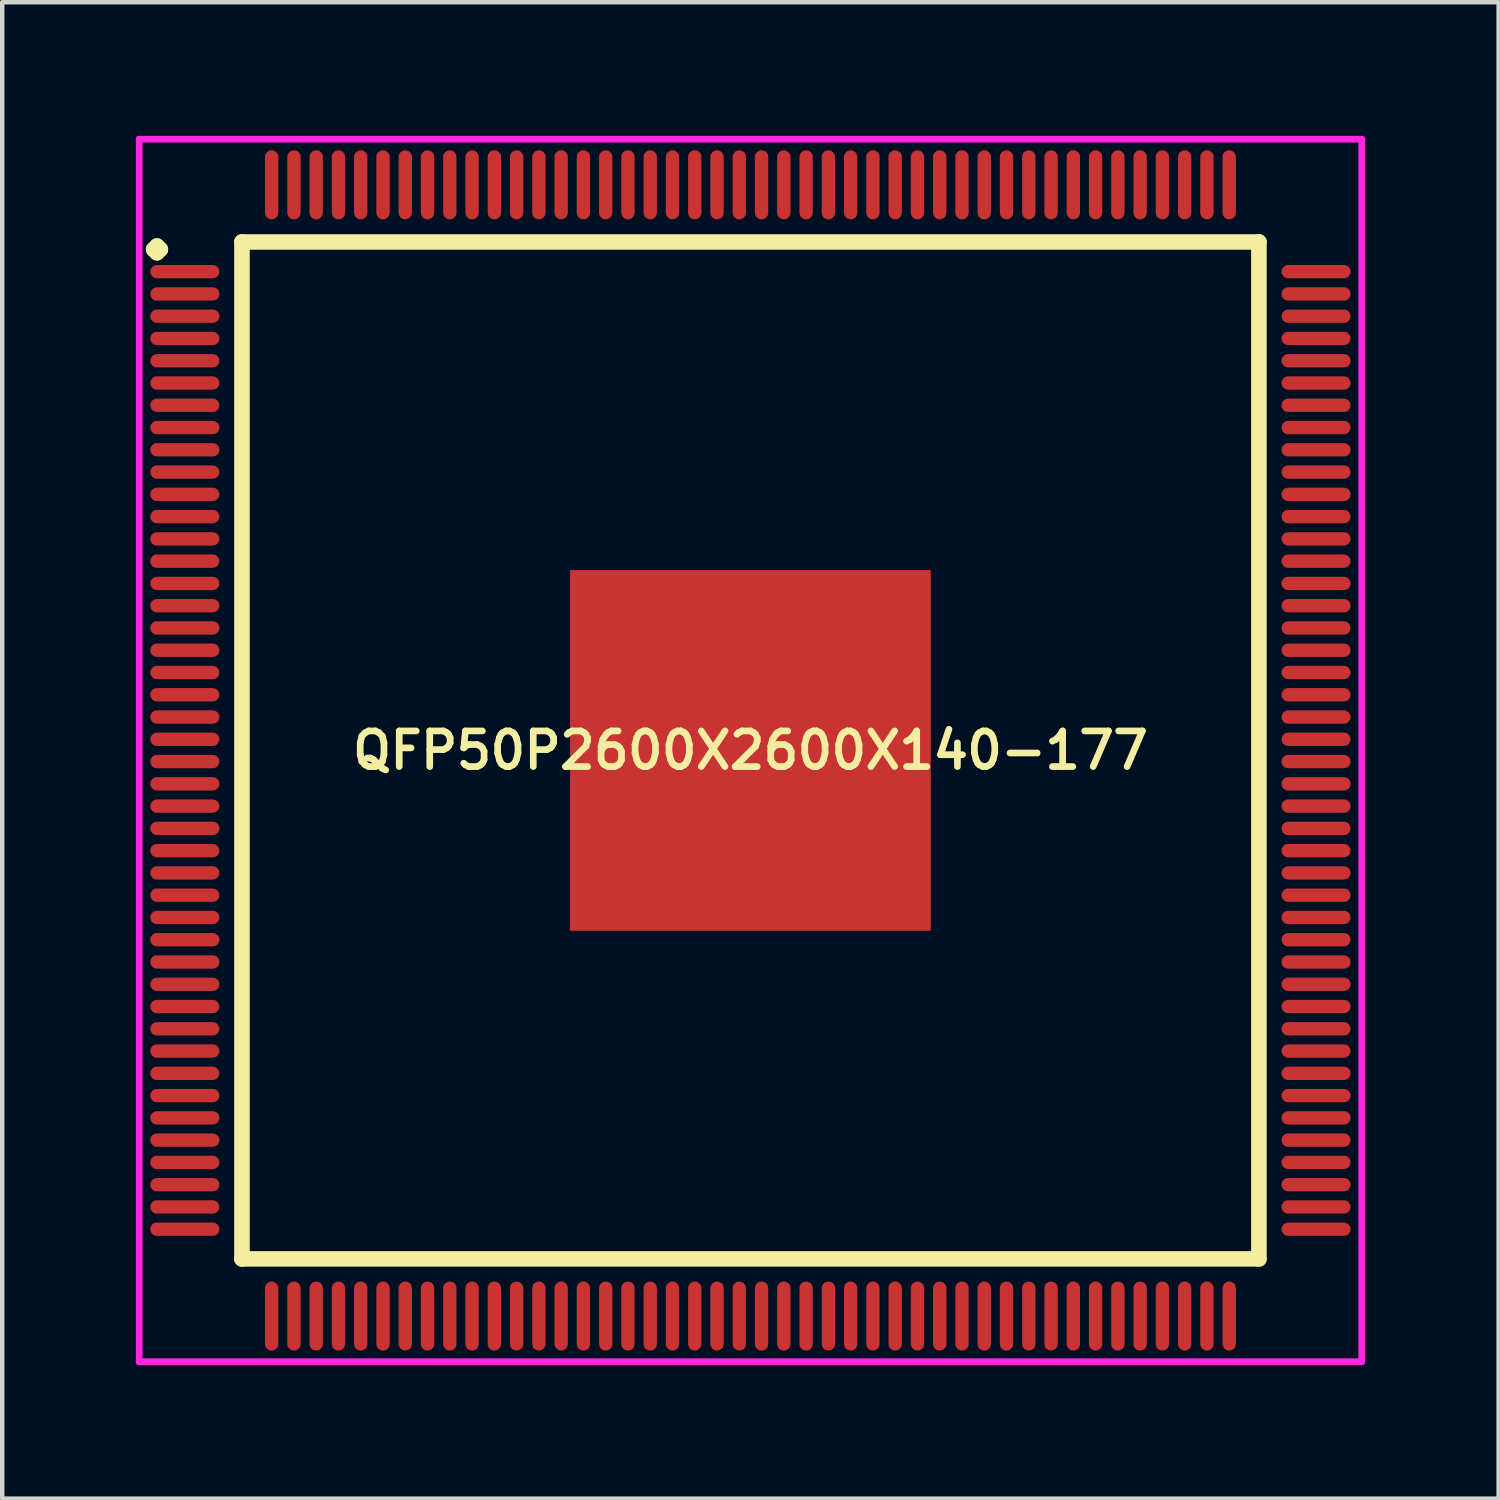
<source format=kicad_pcb>
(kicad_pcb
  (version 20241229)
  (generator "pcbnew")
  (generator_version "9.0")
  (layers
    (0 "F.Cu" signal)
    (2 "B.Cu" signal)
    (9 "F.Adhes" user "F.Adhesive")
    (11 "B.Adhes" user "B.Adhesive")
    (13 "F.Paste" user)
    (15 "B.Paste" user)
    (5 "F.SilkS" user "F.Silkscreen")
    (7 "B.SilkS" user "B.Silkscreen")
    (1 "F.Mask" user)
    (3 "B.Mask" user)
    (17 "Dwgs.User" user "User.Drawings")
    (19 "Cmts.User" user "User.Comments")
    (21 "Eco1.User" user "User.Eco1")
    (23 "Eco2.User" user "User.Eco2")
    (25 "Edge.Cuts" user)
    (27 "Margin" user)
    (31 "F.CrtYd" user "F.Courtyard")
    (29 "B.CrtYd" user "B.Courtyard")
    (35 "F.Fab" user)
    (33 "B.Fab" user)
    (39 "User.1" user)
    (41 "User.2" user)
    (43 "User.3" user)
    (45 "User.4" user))
  (footprint "QFP50P2600X2600X140-177"
    (layer "F.Cu")
    (at 13.8 13.8)
    (property "Reference" "QFP50P2600X2600X140-177" (at 0 0 0) (layer "F.SilkS") (effects (font (size 0.8 0.8) (thickness 0.15))))
    (attr smd)
    (fp_line (start -13.4 -11.25) (end -13.325 -11.325) (stroke (width 0.35) (type solid)) (layer "F.SilkS"))
    (fp_line (start -13.325 -11.325) (end -13.25 -11.25) (stroke (width 0.35) (type solid)) (layer "F.SilkS"))
    (fp_line (start -13.325 -11.175) (end -13.4 -11.25) (stroke (width 0.35) (type solid)) (layer "F.SilkS"))
    (fp_line (start -13.25 -11.25) (end -13.325 -11.175) (stroke (width 0.35) (type solid)) (layer "F.SilkS"))
    (fp_line (start -11.417 -11.417) (end -11.417 11.417) (stroke (width 0.35) (type solid)) (layer "F.SilkS"))
    (fp_line (start -11.417 11.417) (end 11.417 11.417) (stroke (width 0.35) (type solid)) (layer "F.SilkS"))
    (fp_line (start 11.417 -11.417) (end -11.417 -11.417) (stroke (width 0.35) (type solid)) (layer "F.SilkS"))
    (fp_line (start 11.417 11.417) (end 11.417 -11.417) (stroke (width 0.35) (type solid)) (layer "F.SilkS"))
    (fp_line (start -13.725 -13.725) (end 13.725 -13.725) (stroke (width 0.15) (type solid)) (layer "F.CrtYd"))
    (fp_line (start -13.725 13.725) (end -13.725 -13.725) (stroke (width 0.15) (type solid)) (layer "F.CrtYd"))
    (fp_line (start 13.725 -13.725) (end 13.725 13.725) (stroke (width 0.15) (type solid)) (layer "F.CrtYd"))
    (fp_line (start 13.725 13.725) (end -13.725 13.725) (stroke (width 0.15) (type solid)) (layer "F.CrtYd"))
    (pad "1" smd oval (at -12.7 -10.75) (size 1.55 0.3) (layers "F.Cu" "F.Mask" "F.Paste"))
    (pad "2" smd oval (at -12.7 -10.25) (size 1.55 0.3) (layers "F.Cu" "F.Mask" "F.Paste"))
    (pad "3" smd oval (at -12.7 -9.75) (size 1.55 0.3) (layers "F.Cu" "F.Mask" "F.Paste"))
    (pad "4" smd oval (at -12.7 -9.25) (size 1.55 0.3) (layers "F.Cu" "F.Mask" "F.Paste"))
    (pad "5" smd oval (at -12.7 -8.75) (size 1.55 0.3) (layers "F.Cu" "F.Mask" "F.Paste"))
    (pad "6" smd oval (at -12.7 -8.25) (size 1.55 0.3) (layers "F.Cu" "F.Mask" "F.Paste"))
    (pad "7" smd oval (at -12.7 -7.75) (size 1.55 0.3) (layers "F.Cu" "F.Mask" "F.Paste"))
    (pad "8" smd oval (at -12.7 -7.25) (size 1.55 0.3) (layers "F.Cu" "F.Mask" "F.Paste"))
    (pad "9" smd oval (at -12.7 -6.75) (size 1.55 0.3) (layers "F.Cu" "F.Mask" "F.Paste"))
    (pad "10" smd oval (at -12.7 -6.25) (size 1.55 0.3) (layers "F.Cu" "F.Mask" "F.Paste"))
    (pad "11" smd oval (at -12.7 -5.75) (size 1.55 0.3) (layers "F.Cu" "F.Mask" "F.Paste"))
    (pad "12" smd oval (at -12.7 -5.25) (size 1.55 0.3) (layers "F.Cu" "F.Mask" "F.Paste"))
    (pad "13" smd oval (at -12.7 -4.75) (size 1.55 0.3) (layers "F.Cu" "F.Mask" "F.Paste"))
    (pad "14" smd oval (at -12.7 -4.25) (size 1.55 0.3) (layers "F.Cu" "F.Mask" "F.Paste"))
    (pad "15" smd oval (at -12.7 -3.75) (size 1.55 0.3) (layers "F.Cu" "F.Mask" "F.Paste"))
    (pad "16" smd oval (at -12.7 -3.25) (size 1.55 0.3) (layers "F.Cu" "F.Mask" "F.Paste"))
    (pad "17" smd oval (at -12.7 -2.75) (size 1.55 0.3) (layers "F.Cu" "F.Mask" "F.Paste"))
    (pad "18" smd oval (at -12.7 -2.25) (size 1.55 0.3) (layers "F.Cu" "F.Mask" "F.Paste"))
    (pad "19" smd oval (at -12.7 -1.75) (size 1.55 0.3) (layers "F.Cu" "F.Mask" "F.Paste"))
    (pad "20" smd oval (at -12.7 -1.25) (size 1.55 0.3) (layers "F.Cu" "F.Mask" "F.Paste"))
    (pad "21" smd oval (at -12.7 -0.75) (size 1.55 0.3) (layers "F.Cu" "F.Mask" "F.Paste"))
    (pad "22" smd oval (at -12.7 -0.25) (size 1.55 0.3) (layers "F.Cu" "F.Mask" "F.Paste"))
    (pad "23" smd oval (at -12.7 0.25) (size 1.55 0.3) (layers "F.Cu" "F.Mask" "F.Paste"))
    (pad "24" smd oval (at -12.7 0.75) (size 1.55 0.3) (layers "F.Cu" "F.Mask" "F.Paste"))
    (pad "25" smd oval (at -12.7 1.25) (size 1.55 0.3) (layers "F.Cu" "F.Mask" "F.Paste"))
    (pad "26" smd oval (at -12.7 1.75) (size 1.55 0.3) (layers "F.Cu" "F.Mask" "F.Paste"))
    (pad "27" smd oval (at -12.7 2.25) (size 1.55 0.3) (layers "F.Cu" "F.Mask" "F.Paste"))
    (pad "28" smd oval (at -12.7 2.75) (size 1.55 0.3) (layers "F.Cu" "F.Mask" "F.Paste"))
    (pad "29" smd oval (at -12.7 3.25) (size 1.55 0.3) (layers "F.Cu" "F.Mask" "F.Paste"))
    (pad "30" smd oval (at -12.7 3.75) (size 1.55 0.3) (layers "F.Cu" "F.Mask" "F.Paste"))
    (pad "31" smd oval (at -12.7 4.25) (size 1.55 0.3) (layers "F.Cu" "F.Mask" "F.Paste"))
    (pad "32" smd oval (at -12.7 4.75) (size 1.55 0.3) (layers "F.Cu" "F.Mask" "F.Paste"))
    (pad "33" smd oval (at -12.7 5.25) (size 1.55 0.3) (layers "F.Cu" "F.Mask" "F.Paste"))
    (pad "34" smd oval (at -12.7 5.75) (size 1.55 0.3) (layers "F.Cu" "F.Mask" "F.Paste"))
    (pad "35" smd oval (at -12.7 6.25) (size 1.55 0.3) (layers "F.Cu" "F.Mask" "F.Paste"))
    (pad "36" smd oval (at -12.7 6.75) (size 1.55 0.3) (layers "F.Cu" "F.Mask" "F.Paste"))
    (pad "37" smd oval (at -12.7 7.25) (size 1.55 0.3) (layers "F.Cu" "F.Mask" "F.Paste"))
    (pad "38" smd oval (at -12.7 7.75) (size 1.55 0.3) (layers "F.Cu" "F.Mask" "F.Paste"))
    (pad "39" smd oval (at -12.7 8.25) (size 1.55 0.3) (layers "F.Cu" "F.Mask" "F.Paste"))
    (pad "40" smd oval (at -12.7 8.75) (size 1.55 0.3) (layers "F.Cu" "F.Mask" "F.Paste"))
    (pad "41" smd oval (at -12.7 9.25) (size 1.55 0.3) (layers "F.Cu" "F.Mask" "F.Paste"))
    (pad "42" smd oval (at -12.7 9.75) (size 1.55 0.3) (layers "F.Cu" "F.Mask" "F.Paste"))
    (pad "43" smd oval (at -12.7 10.25) (size 1.55 0.3) (layers "F.Cu" "F.Mask" "F.Paste"))
    (pad "44" smd oval (at -12.7 10.75) (size 1.55 0.3) (layers "F.Cu" "F.Mask" "F.Paste"))
    (pad "45" smd oval (at -10.75 12.7) (size 0.3 1.55) (layers "F.Cu" "F.Mask" "F.Paste"))
    (pad "46" smd oval (at -10.25 12.7) (size 0.3 1.55) (layers "F.Cu" "F.Mask" "F.Paste"))
    (pad "47" smd oval (at -9.75 12.7) (size 0.3 1.55) (layers "F.Cu" "F.Mask" "F.Paste"))
    (pad "48" smd oval (at -9.25 12.7) (size 0.3 1.55) (layers "F.Cu" "F.Mask" "F.Paste"))
    (pad "49" smd oval (at -8.75 12.7) (size 0.3 1.55) (layers "F.Cu" "F.Mask" "F.Paste"))
    (pad "50" smd oval (at -8.25 12.7) (size 0.3 1.55) (layers "F.Cu" "F.Mask" "F.Paste"))
    (pad "51" smd oval (at -7.75 12.7) (size 0.3 1.55) (layers "F.Cu" "F.Mask" "F.Paste"))
    (pad "52" smd oval (at -7.25 12.7) (size 0.3 1.55) (layers "F.Cu" "F.Mask" "F.Paste"))
    (pad "53" smd oval (at -6.75 12.7) (size 0.3 1.55) (layers "F.Cu" "F.Mask" "F.Paste"))
    (pad "54" smd oval (at -6.25 12.7) (size 0.3 1.55) (layers "F.Cu" "F.Mask" "F.Paste"))
    (pad "55" smd oval (at -5.75 12.7) (size 0.3 1.55) (layers "F.Cu" "F.Mask" "F.Paste"))
    (pad "56" smd oval (at -5.25 12.7) (size 0.3 1.55) (layers "F.Cu" "F.Mask" "F.Paste"))
    (pad "57" smd oval (at -4.75 12.7) (size 0.3 1.55) (layers "F.Cu" "F.Mask" "F.Paste"))
    (pad "58" smd oval (at -4.25 12.7) (size 0.3 1.55) (layers "F.Cu" "F.Mask" "F.Paste"))
    (pad "59" smd oval (at -3.75 12.7) (size 0.3 1.55) (layers "F.Cu" "F.Mask" "F.Paste"))
    (pad "60" smd oval (at -3.25 12.7) (size 0.3 1.55) (layers "F.Cu" "F.Mask" "F.Paste"))
    (pad "61" smd oval (at -2.75 12.7) (size 0.3 1.55) (layers "F.Cu" "F.Mask" "F.Paste"))
    (pad "62" smd oval (at -2.25 12.7) (size 0.3 1.55) (layers "F.Cu" "F.Mask" "F.Paste"))
    (pad "63" smd oval (at -1.75 12.7) (size 0.3 1.55) (layers "F.Cu" "F.Mask" "F.Paste"))
    (pad "64" smd oval (at -1.25 12.7) (size 0.3 1.55) (layers "F.Cu" "F.Mask" "F.Paste"))
    (pad "65" smd oval (at -0.75 12.7) (size 0.3 1.55) (layers "F.Cu" "F.Mask" "F.Paste"))
    (pad "66" smd oval (at -0.25 12.7) (size 0.3 1.55) (layers "F.Cu" "F.Mask" "F.Paste"))
    (pad "67" smd oval (at 0.25 12.7) (size 0.3 1.55) (layers "F.Cu" "F.Mask" "F.Paste"))
    (pad "68" smd oval (at 0.75 12.7) (size 0.3 1.55) (layers "F.Cu" "F.Mask" "F.Paste"))
    (pad "69" smd oval (at 1.25 12.7) (size 0.3 1.55) (layers "F.Cu" "F.Mask" "F.Paste"))
    (pad "70" smd oval (at 1.75 12.7) (size 0.3 1.55) (layers "F.Cu" "F.Mask" "F.Paste"))
    (pad "71" smd oval (at 2.25 12.7) (size 0.3 1.55) (layers "F.Cu" "F.Mask" "F.Paste"))
    (pad "72" smd oval (at 2.75 12.7) (size 0.3 1.55) (layers "F.Cu" "F.Mask" "F.Paste"))
    (pad "73" smd oval (at 3.25 12.7) (size 0.3 1.55) (layers "F.Cu" "F.Mask" "F.Paste"))
    (pad "74" smd oval (at 3.75 12.7) (size 0.3 1.55) (layers "F.Cu" "F.Mask" "F.Paste"))
    (pad "75" smd oval (at 4.25 12.7) (size 0.3 1.55) (layers "F.Cu" "F.Mask" "F.Paste"))
    (pad "76" smd oval (at 4.75 12.7) (size 0.3 1.55) (layers "F.Cu" "F.Mask" "F.Paste"))
    (pad "77" smd oval (at 5.25 12.7) (size 0.3 1.55) (layers "F.Cu" "F.Mask" "F.Paste"))
    (pad "78" smd oval (at 5.75 12.7) (size 0.3 1.55) (layers "F.Cu" "F.Mask" "F.Paste"))
    (pad "79" smd oval (at 6.25 12.7) (size 0.3 1.55) (layers "F.Cu" "F.Mask" "F.Paste"))
    (pad "80" smd oval (at 6.75 12.7) (size 0.3 1.55) (layers "F.Cu" "F.Mask" "F.Paste"))
    (pad "81" smd oval (at 7.25 12.7) (size 0.3 1.55) (layers "F.Cu" "F.Mask" "F.Paste"))
    (pad "82" smd oval (at 7.75 12.7) (size 0.3 1.55) (layers "F.Cu" "F.Mask" "F.Paste"))
    (pad "83" smd oval (at 8.25 12.7) (size 0.3 1.55) (layers "F.Cu" "F.Mask" "F.Paste"))
    (pad "84" smd oval (at 8.75 12.7) (size 0.3 1.55) (layers "F.Cu" "F.Mask" "F.Paste"))
    (pad "85" smd oval (at 9.25 12.7) (size 0.3 1.55) (layers "F.Cu" "F.Mask" "F.Paste"))
    (pad "86" smd oval (at 9.75 12.7) (size 0.3 1.55) (layers "F.Cu" "F.Mask" "F.Paste"))
    (pad "87" smd oval (at 10.25 12.7) (size 0.3 1.55) (layers "F.Cu" "F.Mask" "F.Paste"))
    (pad "88" smd oval (at 10.75 12.7) (size 0.3 1.55) (layers "F.Cu" "F.Mask" "F.Paste"))
    (pad "89" smd oval (at 12.7 10.75) (size 1.55 0.3) (layers "F.Cu" "F.Mask" "F.Paste"))
    (pad "90" smd oval (at 12.7 10.25) (size 1.55 0.3) (layers "F.Cu" "F.Mask" "F.Paste"))
    (pad "91" smd oval (at 12.7 9.75) (size 1.55 0.3) (layers "F.Cu" "F.Mask" "F.Paste"))
    (pad "92" smd oval (at 12.7 9.25) (size 1.55 0.3) (layers "F.Cu" "F.Mask" "F.Paste"))
    (pad "93" smd oval (at 12.7 8.75) (size 1.55 0.3) (layers "F.Cu" "F.Mask" "F.Paste"))
    (pad "94" smd oval (at 12.7 8.25) (size 1.55 0.3) (layers "F.Cu" "F.Mask" "F.Paste"))
    (pad "95" smd oval (at 12.7 7.75) (size 1.55 0.3) (layers "F.Cu" "F.Mask" "F.Paste"))
    (pad "96" smd oval (at 12.7 7.25) (size 1.55 0.3) (layers "F.Cu" "F.Mask" "F.Paste"))
    (pad "97" smd oval (at 12.7 6.75) (size 1.55 0.3) (layers "F.Cu" "F.Mask" "F.Paste"))
    (pad "98" smd oval (at 12.7 6.25) (size 1.55 0.3) (layers "F.Cu" "F.Mask" "F.Paste"))
    (pad "99" smd oval (at 12.7 5.75) (size 1.55 0.3) (layers "F.Cu" "F.Mask" "F.Paste"))
    (pad "100" smd oval (at 12.7 5.25) (size 1.55 0.3) (layers "F.Cu" "F.Mask" "F.Paste"))
    (pad "101" smd oval (at 12.7 4.75) (size 1.55 0.3) (layers "F.Cu" "F.Mask" "F.Paste"))
    (pad "102" smd oval (at 12.7 4.25) (size 1.55 0.3) (layers "F.Cu" "F.Mask" "F.Paste"))
    (pad "103" smd oval (at 12.7 3.75) (size 1.55 0.3) (layers "F.Cu" "F.Mask" "F.Paste"))
    (pad "104" smd oval (at 12.7 3.25) (size 1.55 0.3) (layers "F.Cu" "F.Mask" "F.Paste"))
    (pad "105" smd oval (at 12.7 2.75) (size 1.55 0.3) (layers "F.Cu" "F.Mask" "F.Paste"))
    (pad "106" smd oval (at 12.7 2.25) (size 1.55 0.3) (layers "F.Cu" "F.Mask" "F.Paste"))
    (pad "107" smd oval (at 12.7 1.75) (size 1.55 0.3) (layers "F.Cu" "F.Mask" "F.Paste"))
    (pad "108" smd oval (at 12.7 1.25) (size 1.55 0.3) (layers "F.Cu" "F.Mask" "F.Paste"))
    (pad "109" smd oval (at 12.7 0.75) (size 1.55 0.3) (layers "F.Cu" "F.Mask" "F.Paste"))
    (pad "110" smd oval (at 12.7 0.25) (size 1.55 0.3) (layers "F.Cu" "F.Mask" "F.Paste"))
    (pad "111" smd oval (at 12.7 -0.25) (size 1.55 0.3) (layers "F.Cu" "F.Mask" "F.Paste"))
    (pad "112" smd oval (at 12.7 -0.75) (size 1.55 0.3) (layers "F.Cu" "F.Mask" "F.Paste"))
    (pad "113" smd oval (at 12.7 -1.25) (size 1.55 0.3) (layers "F.Cu" "F.Mask" "F.Paste"))
    (pad "114" smd oval (at 12.7 -1.75) (size 1.55 0.3) (layers "F.Cu" "F.Mask" "F.Paste"))
    (pad "115" smd oval (at 12.7 -2.25) (size 1.55 0.3) (layers "F.Cu" "F.Mask" "F.Paste"))
    (pad "116" smd oval (at 12.7 -2.75) (size 1.55 0.3) (layers "F.Cu" "F.Mask" "F.Paste"))
    (pad "117" smd oval (at 12.7 -3.25) (size 1.55 0.3) (layers "F.Cu" "F.Mask" "F.Paste"))
    (pad "118" smd oval (at 12.7 -3.75) (size 1.55 0.3) (layers "F.Cu" "F.Mask" "F.Paste"))
    (pad "119" smd oval (at 12.7 -4.25) (size 1.55 0.3) (layers "F.Cu" "F.Mask" "F.Paste"))
    (pad "120" smd oval (at 12.7 -4.75) (size 1.55 0.3) (layers "F.Cu" "F.Mask" "F.Paste"))
    (pad "121" smd oval (at 12.7 -5.25) (size 1.55 0.3) (layers "F.Cu" "F.Mask" "F.Paste"))
    (pad "122" smd oval (at 12.7 -5.75) (size 1.55 0.3) (layers "F.Cu" "F.Mask" "F.Paste"))
    (pad "123" smd oval (at 12.7 -6.25) (size 1.55 0.3) (layers "F.Cu" "F.Mask" "F.Paste"))
    (pad "124" smd oval (at 12.7 -6.75) (size 1.55 0.3) (layers "F.Cu" "F.Mask" "F.Paste"))
    (pad "125" smd oval (at 12.7 -7.25) (size 1.55 0.3) (layers "F.Cu" "F.Mask" "F.Paste"))
    (pad "126" smd oval (at 12.7 -7.75) (size 1.55 0.3) (layers "F.Cu" "F.Mask" "F.Paste"))
    (pad "127" smd oval (at 12.7 -8.25) (size 1.55 0.3) (layers "F.Cu" "F.Mask" "F.Paste"))
    (pad "128" smd oval (at 12.7 -8.75) (size 1.55 0.3) (layers "F.Cu" "F.Mask" "F.Paste"))
    (pad "129" smd oval (at 12.7 -9.25) (size 1.55 0.3) (layers "F.Cu" "F.Mask" "F.Paste"))
    (pad "130" smd oval (at 12.7 -9.75) (size 1.55 0.3) (layers "F.Cu" "F.Mask" "F.Paste"))
    (pad "131" smd oval (at 12.7 -10.25) (size 1.55 0.3) (layers "F.Cu" "F.Mask" "F.Paste"))
    (pad "132" smd oval (at 12.7 -10.75) (size 1.55 0.3) (layers "F.Cu" "F.Mask" "F.Paste"))
    (pad "133" smd oval (at 10.75 -12.7) (size 0.3 1.55) (layers "F.Cu" "F.Mask" "F.Paste"))
    (pad "134" smd oval (at 10.25 -12.7) (size 0.3 1.55) (layers "F.Cu" "F.Mask" "F.Paste"))
    (pad "135" smd oval (at 9.75 -12.7) (size 0.3 1.55) (layers "F.Cu" "F.Mask" "F.Paste"))
    (pad "136" smd oval (at 9.25 -12.7) (size 0.3 1.55) (layers "F.Cu" "F.Mask" "F.Paste"))
    (pad "137" smd oval (at 8.75 -12.7) (size 0.3 1.55) (layers "F.Cu" "F.Mask" "F.Paste"))
    (pad "138" smd oval (at 8.25 -12.7) (size 0.3 1.55) (layers "F.Cu" "F.Mask" "F.Paste"))
    (pad "139" smd oval (at 7.75 -12.7) (size 0.3 1.55) (layers "F.Cu" "F.Mask" "F.Paste"))
    (pad "140" smd oval (at 7.25 -12.7) (size 0.3 1.55) (layers "F.Cu" "F.Mask" "F.Paste"))
    (pad "141" smd oval (at 6.75 -12.7) (size 0.3 1.55) (layers "F.Cu" "F.Mask" "F.Paste"))
    (pad "142" smd oval (at 6.25 -12.7) (size 0.3 1.55) (layers "F.Cu" "F.Mask" "F.Paste"))
    (pad "143" smd oval (at 5.75 -12.7) (size 0.3 1.55) (layers "F.Cu" "F.Mask" "F.Paste"))
    (pad "144" smd oval (at 5.25 -12.7) (size 0.3 1.55) (layers "F.Cu" "F.Mask" "F.Paste"))
    (pad "145" smd oval (at 4.75 -12.7) (size 0.3 1.55) (layers "F.Cu" "F.Mask" "F.Paste"))
    (pad "146" smd oval (at 4.25 -12.7) (size 0.3 1.55) (layers "F.Cu" "F.Mask" "F.Paste"))
    (pad "147" smd oval (at 3.75 -12.7) (size 0.3 1.55) (layers "F.Cu" "F.Mask" "F.Paste"))
    (pad "148" smd oval (at 3.25 -12.7) (size 0.3 1.55) (layers "F.Cu" "F.Mask" "F.Paste"))
    (pad "149" smd oval (at 2.75 -12.7) (size 0.3 1.55) (layers "F.Cu" "F.Mask" "F.Paste"))
    (pad "150" smd oval (at 2.25 -12.7) (size 0.3 1.55) (layers "F.Cu" "F.Mask" "F.Paste"))
    (pad "151" smd oval (at 1.75 -12.7) (size 0.3 1.55) (layers "F.Cu" "F.Mask" "F.Paste"))
    (pad "152" smd oval (at 1.25 -12.7) (size 0.3 1.55) (layers "F.Cu" "F.Mask" "F.Paste"))
    (pad "153" smd oval (at 0.75 -12.7) (size 0.3 1.55) (layers "F.Cu" "F.Mask" "F.Paste"))
    (pad "154" smd oval (at 0.25 -12.7) (size 0.3 1.55) (layers "F.Cu" "F.Mask" "F.Paste"))
    (pad "155" smd oval (at -0.25 -12.7) (size 0.3 1.55) (layers "F.Cu" "F.Mask" "F.Paste"))
    (pad "156" smd oval (at -0.75 -12.7) (size 0.3 1.55) (layers "F.Cu" "F.Mask" "F.Paste"))
    (pad "157" smd oval (at -1.25 -12.7) (size 0.3 1.55) (layers "F.Cu" "F.Mask" "F.Paste"))
    (pad "158" smd oval (at -1.75 -12.7) (size 0.3 1.55) (layers "F.Cu" "F.Mask" "F.Paste"))
    (pad "159" smd oval (at -2.25 -12.7) (size 0.3 1.55) (layers "F.Cu" "F.Mask" "F.Paste"))
    (pad "160" smd oval (at -2.75 -12.7) (size 0.3 1.55) (layers "F.Cu" "F.Mask" "F.Paste"))
    (pad "161" smd oval (at -3.25 -12.7) (size 0.3 1.55) (layers "F.Cu" "F.Mask" "F.Paste"))
    (pad "162" smd oval (at -3.75 -12.7) (size 0.3 1.55) (layers "F.Cu" "F.Mask" "F.Paste"))
    (pad "163" smd oval (at -4.25 -12.7) (size 0.3 1.55) (layers "F.Cu" "F.Mask" "F.Paste"))
    (pad "164" smd oval (at -4.75 -12.7) (size 0.3 1.55) (layers "F.Cu" "F.Mask" "F.Paste"))
    (pad "165" smd oval (at -5.25 -12.7) (size 0.3 1.55) (layers "F.Cu" "F.Mask" "F.Paste"))
    (pad "166" smd oval (at -5.75 -12.7) (size 0.3 1.55) (layers "F.Cu" "F.Mask" "F.Paste"))
    (pad "167" smd oval (at -6.25 -12.7) (size 0.3 1.55) (layers "F.Cu" "F.Mask" "F.Paste"))
    (pad "168" smd oval (at -6.75 -12.7) (size 0.3 1.55) (layers "F.Cu" "F.Mask" "F.Paste"))
    (pad "169" smd oval (at -7.25 -12.7) (size 0.3 1.55) (layers "F.Cu" "F.Mask" "F.Paste"))
    (pad "170" smd oval (at -7.75 -12.7) (size 0.3 1.55) (layers "F.Cu" "F.Mask" "F.Paste"))
    (pad "171" smd oval (at -8.25 -12.7) (size 0.3 1.55) (layers "F.Cu" "F.Mask" "F.Paste"))
    (pad "172" smd oval (at -8.75 -12.7) (size 0.3 1.55) (layers "F.Cu" "F.Mask" "F.Paste"))
    (pad "173" smd oval (at -9.25 -12.7) (size 0.3 1.55) (layers "F.Cu" "F.Mask" "F.Paste"))
    (pad "174" smd oval (at -9.75 -12.7) (size 0.3 1.55) (layers "F.Cu" "F.Mask" "F.Paste"))
    (pad "175" smd oval (at -10.25 -12.7) (size 0.3 1.55) (layers "F.Cu" "F.Mask" "F.Paste"))
    (pad "176" smd oval (at -10.75 -12.7) (size 0.3 1.55) (layers "F.Cu" "F.Mask" "F.Paste"))
    (pad "177" smd rect (at 0 0) (size 8.1 8.1) (layers "F.Cu" "F.Mask" "F.Paste")))
  (gr_rect
    (start -3 -3)
    (end 30.6 30.6)
    (stroke (width 0.1) (type default))
    (fill no)
    (layer "Edge.Cuts")))
</source>
